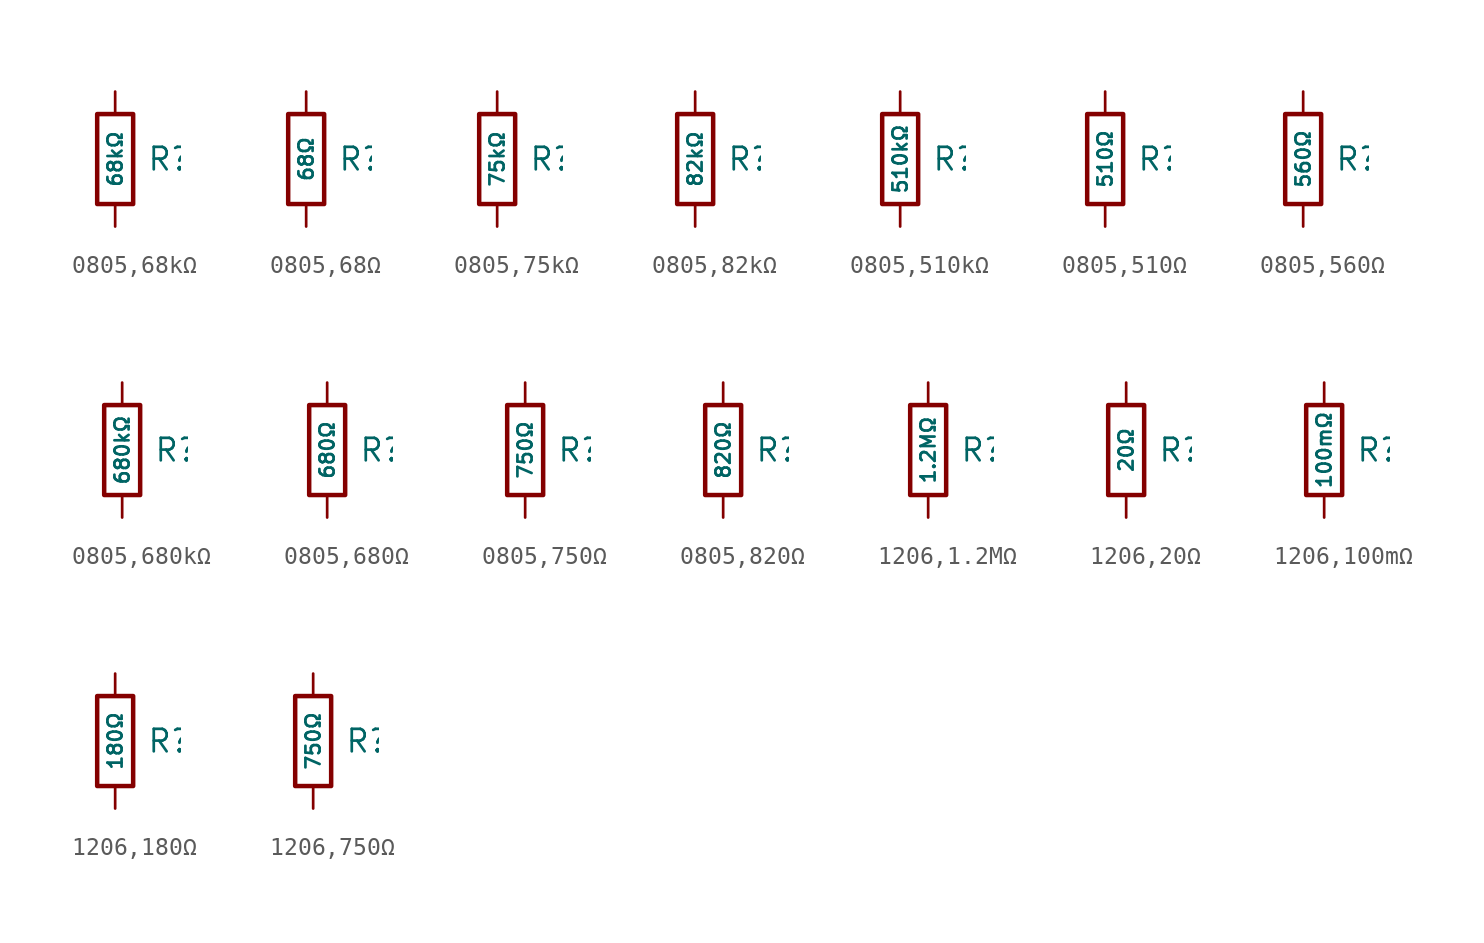
<source format=kicad_sym>
(kicad_symbol_lib
  (version 20231120)
  (generator "CDFER")
  (generator_version "8.0")
  (symbol "0805,68kΩ"
    (pin_numbers hide)
    (pin_names
      (offset 0))
    (property "Reference" "R"
      (at 1.778 0 0)
      (effects (font (size 1.27 1.27)) (justify left)))
    (property "Value" "68kΩ"
      (at 0 0 90)
      (do_not_autoplace)
      (effects (font (size 0.8 0.8))))
    (symbol "0805,68kΩ_0_1"
      (rectangle (start -1.016 2.54) (end 1.016 -2.54) (stroke (width 0.254) (type default)) (fill (type none))))
    (symbol "0805,68kΩ_1_1"
      (pin passive line (at 0 3.81 270) (length 1.27) (name "~" (effects (font (size 1.27 1.27)))) (number "1" (effects (font (size 1.27 1.27)))))
      (pin passive line (at 0 -3.81 90) (length 1.27) (name "~" (effects (font (size 1.27 1.27)))) (number "2" (effects (font (size 1.27 1.27)))))))
  (symbol "0805,68Ω"
    (pin_numbers hide)
    (pin_names
      (offset 0))
    (property "Reference" "R"
      (at 1.778 0 0)
      (effects (font (size 1.27 1.27)) (justify left)))
    (property "Value" "68Ω"
      (at 0 0 90)
      (do_not_autoplace)
      (effects (font (size 0.8 0.8))))
    (symbol "0805,68Ω_0_1"
      (rectangle (start -1.016 2.54) (end 1.016 -2.54) (stroke (width 0.254) (type default)) (fill (type none))))
    (symbol "0805,68Ω_1_1"
      (pin passive line (at 0 3.81 270) (length 1.27) (name "~" (effects (font (size 1.27 1.27)))) (number "1" (effects (font (size 1.27 1.27)))))
      (pin passive line (at 0 -3.81 90) (length 1.27) (name "~" (effects (font (size 1.27 1.27)))) (number "2" (effects (font (size 1.27 1.27)))))))
  (symbol "0805,75kΩ"
    (pin_numbers hide)
    (pin_names
      (offset 0))
    (property "Reference" "R"
      (at 1.778 0 0)
      (effects (font (size 1.27 1.27)) (justify left)))
    (property "Value" "75kΩ"
      (at 0 0 90)
      (do_not_autoplace)
      (effects (font (size 0.8 0.8))))
    (symbol "0805,75kΩ_0_1"
      (rectangle (start -1.016 2.54) (end 1.016 -2.54) (stroke (width 0.254) (type default)) (fill (type none))))
    (symbol "0805,75kΩ_1_1"
      (pin passive line (at 0 3.81 270) (length 1.27) (name "~" (effects (font (size 1.27 1.27)))) (number "1" (effects (font (size 1.27 1.27)))))
      (pin passive line (at 0 -3.81 90) (length 1.27) (name "~" (effects (font (size 1.27 1.27)))) (number "2" (effects (font (size 1.27 1.27)))))))
  (symbol "0805,82kΩ"
    (pin_numbers hide)
    (pin_names
      (offset 0))
    (property "Reference" "R"
      (at 1.778 0 0)
      (effects (font (size 1.27 1.27)) (justify left)))
    (property "Value" "82kΩ"
      (at 0 0 90)
      (do_not_autoplace)
      (effects (font (size 0.8 0.8))))
    (symbol "0805,82kΩ_0_1"
      (rectangle (start -1.016 2.54) (end 1.016 -2.54) (stroke (width 0.254) (type default)) (fill (type none))))
    (symbol "0805,82kΩ_1_1"
      (pin passive line (at 0 3.81 270) (length 1.27) (name "~" (effects (font (size 1.27 1.27)))) (number "1" (effects (font (size 1.27 1.27)))))
      (pin passive line (at 0 -3.81 90) (length 1.27) (name "~" (effects (font (size 1.27 1.27)))) (number "2" (effects (font (size 1.27 1.27)))))))
  (symbol "0805,510kΩ"
    (pin_numbers hide)
    (pin_names
      (offset 0))
    (property "Reference" "R"
      (at 1.778 0 0)
      (effects (font (size 1.27 1.27)) (justify left)))
    (property "Value" "510kΩ"
      (at 0 0 90)
      (do_not_autoplace)
      (effects (font (size 0.8 0.8))))
    (symbol "0805,510kΩ_0_1"
      (rectangle (start -1.016 2.54) (end 1.016 -2.54) (stroke (width 0.254) (type default)) (fill (type none))))
    (symbol "0805,510kΩ_1_1"
      (pin passive line (at 0 3.81 270) (length 1.27) (name "~" (effects (font (size 1.27 1.27)))) (number "1" (effects (font (size 1.27 1.27)))))
      (pin passive line (at 0 -3.81 90) (length 1.27) (name "~" (effects (font (size 1.27 1.27)))) (number "2" (effects (font (size 1.27 1.27)))))))
  (symbol "0805,510Ω"
    (pin_numbers hide)
    (pin_names
      (offset 0))
    (property "Reference" "R"
      (at 1.778 0 0)
      (effects (font (size 1.27 1.27)) (justify left)))
    (property "Value" "510Ω"
      (at 0 0 90)
      (do_not_autoplace)
      (effects (font (size 0.8 0.8))))
    (symbol "0805,510Ω_0_1"
      (rectangle (start -1.016 2.54) (end 1.016 -2.54) (stroke (width 0.254) (type default)) (fill (type none))))
    (symbol "0805,510Ω_1_1"
      (pin passive line (at 0 3.81 270) (length 1.27) (name "~" (effects (font (size 1.27 1.27)))) (number "1" (effects (font (size 1.27 1.27)))))
      (pin passive line (at 0 -3.81 90) (length 1.27) (name "~" (effects (font (size 1.27 1.27)))) (number "2" (effects (font (size 1.27 1.27)))))))
  (symbol "0805,560Ω"
    (pin_numbers hide)
    (pin_names
      (offset 0))
    (property "Reference" "R"
      (at 1.778 0 0)
      (effects (font (size 1.27 1.27)) (justify left)))
    (property "Value" "560Ω"
      (at 0 0 90)
      (do_not_autoplace)
      (effects (font (size 0.8 0.8))))
    (symbol "0805,560Ω_0_1"
      (rectangle (start -1.016 2.54) (end 1.016 -2.54) (stroke (width 0.254) (type default)) (fill (type none))))
    (symbol "0805,560Ω_1_1"
      (pin passive line (at 0 3.81 270) (length 1.27) (name "~" (effects (font (size 1.27 1.27)))) (number "1" (effects (font (size 1.27 1.27)))))
      (pin passive line (at 0 -3.81 90) (length 1.27) (name "~" (effects (font (size 1.27 1.27)))) (number "2" (effects (font (size 1.27 1.27)))))))
  (symbol "0805,680kΩ"
    (pin_numbers hide)
    (pin_names
      (offset 0))
    (property "Reference" "R"
      (at 1.778 0 0)
      (effects (font (size 1.27 1.27)) (justify left)))
    (property "Value" "680kΩ"
      (at 0 0 90)
      (do_not_autoplace)
      (effects (font (size 0.8 0.8))))
    (symbol "0805,680kΩ_0_1"
      (rectangle (start -1.016 2.54) (end 1.016 -2.54) (stroke (width 0.254) (type default)) (fill (type none))))
    (symbol "0805,680kΩ_1_1"
      (pin passive line (at 0 3.81 270) (length 1.27) (name "~" (effects (font (size 1.27 1.27)))) (number "1" (effects (font (size 1.27 1.27)))))
      (pin passive line (at 0 -3.81 90) (length 1.27) (name "~" (effects (font (size 1.27 1.27)))) (number "2" (effects (font (size 1.27 1.27)))))))
  (symbol "0805,680Ω"
    (pin_numbers hide)
    (pin_names
      (offset 0))
    (property "Reference" "R"
      (at 1.778 0 0)
      (effects (font (size 1.27 1.27)) (justify left)))
    (property "Value" "680Ω"
      (at 0 0 90)
      (do_not_autoplace)
      (effects (font (size 0.8 0.8))))
    (symbol "0805,680Ω_0_1"
      (rectangle (start -1.016 2.54) (end 1.016 -2.54) (stroke (width 0.254) (type default)) (fill (type none))))
    (symbol "0805,680Ω_1_1"
      (pin passive line (at 0 3.81 270) (length 1.27) (name "~" (effects (font (size 1.27 1.27)))) (number "1" (effects (font (size 1.27 1.27)))))
      (pin passive line (at 0 -3.81 90) (length 1.27) (name "~" (effects (font (size 1.27 1.27)))) (number "2" (effects (font (size 1.27 1.27)))))))
  (symbol "0805,750Ω"
    (pin_numbers hide)
    (pin_names
      (offset 0))
    (property "Reference" "R"
      (at 1.778 0 0)
      (effects (font (size 1.27 1.27)) (justify left)))
    (property "Value" "750Ω"
      (at 0 0 90)
      (do_not_autoplace)
      (effects (font (size 0.8 0.8))))
    (symbol "0805,750Ω_0_1"
      (rectangle (start -1.016 2.54) (end 1.016 -2.54) (stroke (width 0.254) (type default)) (fill (type none))))
    (symbol "0805,750Ω_1_1"
      (pin passive line (at 0 3.81 270) (length 1.27) (name "~" (effects (font (size 1.27 1.27)))) (number "1" (effects (font (size 1.27 1.27)))))
      (pin passive line (at 0 -3.81 90) (length 1.27) (name "~" (effects (font (size 1.27 1.27)))) (number "2" (effects (font (size 1.27 1.27)))))))
  (symbol "0805,820Ω"
    (pin_numbers hide)
    (pin_names
      (offset 0))
    (property "Reference" "R"
      (at 1.778 0 0)
      (effects (font (size 1.27 1.27)) (justify left)))
    (property "Value" "820Ω"
      (at 0 0 90)
      (do_not_autoplace)
      (effects (font (size 0.8 0.8))))
    (symbol "0805,820Ω_0_1"
      (rectangle (start -1.016 2.54) (end 1.016 -2.54) (stroke (width 0.254) (type default)) (fill (type none))))
    (symbol "0805,820Ω_1_1"
      (pin passive line (at 0 3.81 270) (length 1.27) (name "~" (effects (font (size 1.27 1.27)))) (number "1" (effects (font (size 1.27 1.27)))))
      (pin passive line (at 0 -3.81 90) (length 1.27) (name "~" (effects (font (size 1.27 1.27)))) (number "2" (effects (font (size 1.27 1.27)))))))
  (symbol "1206,1.2MΩ"
    (pin_numbers hide)
    (pin_names
      (offset 0))
    (property "Reference" "R"
      (at 1.778 0 0)
      (effects (font (size 1.27 1.27)) (justify left)))
    (property "Value" "1.2MΩ"
      (at 0 0 90)
      (do_not_autoplace)
      (effects (font (size 0.8 0.8))))
    (symbol "1206,1.2MΩ_0_1"
      (rectangle (start -1.016 2.54) (end 1.016 -2.54) (stroke (width 0.254) (type default)) (fill (type none))))
    (symbol "1206,1.2MΩ_1_1"
      (pin passive line (at 0 3.81 270) (length 1.27) (name "~" (effects (font (size 1.27 1.27)))) (number "1" (effects (font (size 1.27 1.27)))))
      (pin passive line (at 0 -3.81 90) (length 1.27) (name "~" (effects (font (size 1.27 1.27)))) (number "2" (effects (font (size 1.27 1.27)))))))
  (symbol "1206,20Ω"
    (pin_numbers hide)
    (pin_names
      (offset 0))
    (property "Reference" "R"
      (at 1.778 0 0)
      (effects (font (size 1.27 1.27)) (justify left)))
    (property "Value" "20Ω"
      (at 0 0 90)
      (do_not_autoplace)
      (effects (font (size 0.8 0.8))))
    (symbol "1206,20Ω_0_1"
      (rectangle (start -1.016 2.54) (end 1.016 -2.54) (stroke (width 0.254) (type default)) (fill (type none))))
    (symbol "1206,20Ω_1_1"
      (pin passive line (at 0 3.81 270) (length 1.27) (name "~" (effects (font (size 1.27 1.27)))) (number "1" (effects (font (size 1.27 1.27)))))
      (pin passive line (at 0 -3.81 90) (length 1.27) (name "~" (effects (font (size 1.27 1.27)))) (number "2" (effects (font (size 1.27 1.27)))))))
  (symbol "1206,100mΩ"
    (pin_numbers hide)
    (pin_names
      (offset 0))
    (property "Reference" "R"
      (at 1.778 0 0)
      (effects (font (size 1.27 1.27)) (justify left)))
    (property "Value" "100mΩ"
      (at 0 0 90)
      (do_not_autoplace)
      (effects (font (size 0.8 0.8))))
    (symbol "1206,100mΩ_0_1"
      (rectangle (start -1.016 2.54) (end 1.016 -2.54) (stroke (width 0.254) (type default)) (fill (type none))))
    (symbol "1206,100mΩ_1_1"
      (pin passive line (at 0 3.81 270) (length 1.27) (name "~" (effects (font (size 1.27 1.27)))) (number "1" (effects (font (size 1.27 1.27)))))
      (pin passive line (at 0 -3.81 90) (length 1.27) (name "~" (effects (font (size 1.27 1.27)))) (number "2" (effects (font (size 1.27 1.27)))))))
  (symbol "1206,180Ω"
    (pin_numbers hide)
    (pin_names
      (offset 0))
    (property "Reference" "R"
      (at 1.778 0 0)
      (effects (font (size 1.27 1.27)) (justify left)))
    (property "Value" "180Ω"
      (at 0 0 90)
      (do_not_autoplace)
      (effects (font (size 0.8 0.8))))
    (symbol "1206,180Ω_0_1"
      (rectangle (start -1.016 2.54) (end 1.016 -2.54) (stroke (width 0.254) (type default)) (fill (type none))))
    (symbol "1206,180Ω_1_1"
      (pin passive line (at 0 3.81 270) (length 1.27) (name "~" (effects (font (size 1.27 1.27)))) (number "1" (effects (font (size 1.27 1.27)))))
      (pin passive line (at 0 -3.81 90) (length 1.27) (name "~" (effects (font (size 1.27 1.27)))) (number "2" (effects (font (size 1.27 1.27)))))))
  (symbol "1206,750Ω"
    (pin_numbers hide)
    (pin_names
      (offset 0))
    (property "Reference" "R"
      (at 1.778 0 0)
      (effects (font (size 1.27 1.27)) (justify left)))
    (property "Value" "750Ω"
      (at 0 0 90)
      (do_not_autoplace)
      (effects (font (size 0.8 0.8))))
    (symbol "1206,750Ω_0_1"
      (rectangle (start -1.016 2.54) (end 1.016 -2.54) (stroke (width 0.254) (type default)) (fill (type none))))
    (symbol "1206,750Ω_1_1"
      (pin passive line (at 0 3.81 270) (length 1.27) (name "~" (effects (font (size 1.27 1.27)))) (number "1" (effects (font (size 1.27 1.27)))))
      (pin passive line (at 0 -3.81 90) (length 1.27) (name "~" (effects (font (size 1.27 1.27)))) (number "2" (effects (font (size 1.27 1.27))))))))
</source>
